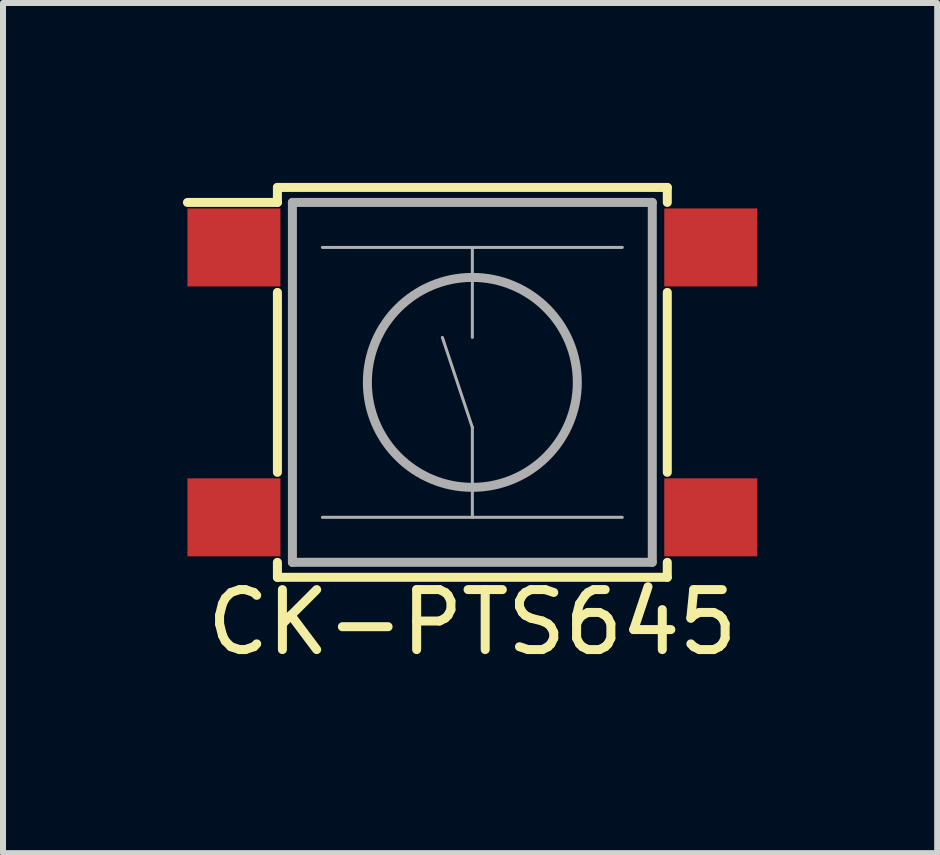
<source format=kicad_pcb>
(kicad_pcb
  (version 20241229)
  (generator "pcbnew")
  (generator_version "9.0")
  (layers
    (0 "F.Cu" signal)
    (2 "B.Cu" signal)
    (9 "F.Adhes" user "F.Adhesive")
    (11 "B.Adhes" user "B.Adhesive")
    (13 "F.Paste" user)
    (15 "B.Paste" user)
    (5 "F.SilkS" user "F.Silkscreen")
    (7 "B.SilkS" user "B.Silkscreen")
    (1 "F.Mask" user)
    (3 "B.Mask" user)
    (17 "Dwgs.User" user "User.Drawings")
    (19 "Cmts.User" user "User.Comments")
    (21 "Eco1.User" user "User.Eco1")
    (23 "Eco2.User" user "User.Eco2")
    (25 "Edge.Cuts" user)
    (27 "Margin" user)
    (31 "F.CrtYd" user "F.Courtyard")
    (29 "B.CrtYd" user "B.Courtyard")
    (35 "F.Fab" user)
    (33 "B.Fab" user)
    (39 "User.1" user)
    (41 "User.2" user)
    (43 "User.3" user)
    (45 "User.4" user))
  (footprint "CK-PTS645"
    (layer "F.Cu")
    (at 4.825 3.325)
    (property "Reference" "CK-PTS645" (at 0 4 0) (layer "F.SilkS") (effects (font (size 1 1) (thickness 0.15))))
    (attr through_hole)
    (fp_line (start -3.25 -3.25) (end -3.25 -3) (stroke (width 0.15) (type solid)) (layer "F.SilkS"))
    (fp_line (start -3.25 -3) (end -4.75 -3) (stroke (width 0.15) (type solid)) (layer "F.SilkS"))
    (fp_line (start -3.25 -1.5) (end -3.25 1.5) (stroke (width 0.15) (type solid)) (layer "F.SilkS"))
    (fp_line (start -3.25 3) (end -3.25 3.25) (stroke (width 0.15) (type solid)) (layer "F.SilkS"))
    (fp_line (start -3.25 3.25) (end 3.25 3.25) (stroke (width 0.15) (type solid)) (layer "F.SilkS"))
    (fp_line (start 3.25 -3.25) (end -3.25 -3.25) (stroke (width 0.15) (type solid)) (layer "F.SilkS"))
    (fp_line (start 3.25 -3) (end 3.25 -3.25) (stroke (width 0.15) (type solid)) (layer "F.SilkS"))
    (fp_line (start 3.25 -1.5) (end 3.25 1.5) (stroke (width 0.15) (type solid)) (layer "F.SilkS"))
    (fp_line (start 3.25 3.25) (end 3.25 3) (stroke (width 0.15) (type solid)) (layer "F.SilkS"))
    (fp_line (start -3 -3) (end 3 -3) (stroke (width 0.15) (type solid)) (layer "F.Fab"))
    (fp_line (start -3 3) (end -3 -3) (stroke (width 0.15) (type solid)) (layer "F.Fab"))
    (fp_line (start -2.5 -2.25) (end 2.5 -2.25) (stroke (width 0.05) (type solid)) (layer "F.Fab"))
    (fp_line (start -2.5 2.25) (end 2.5 2.25) (stroke (width 0.05) (type solid)) (layer "F.Fab"))
    (fp_line (start 0 -2.25) (end 0 -0.75) (stroke (width 0.05) (type solid)) (layer "F.Fab"))
    (fp_line (start 0 0.75) (end -0.5 -0.75) (stroke (width 0.05) (type solid)) (layer "F.Fab"))
    (fp_line (start 0 2.25) (end 0 0.75) (stroke (width 0.05) (type solid)) (layer "F.Fab"))
    (fp_line (start 3 -3) (end 3 3) (stroke (width 0.15) (type solid)) (layer "F.Fab"))
    (fp_line (start 3 3) (end -3 3) (stroke (width 0.15) (type solid)) (layer "F.Fab"))
    (fp_circle (center 0 0) (end 1.75 0) (stroke (width 0.15) (type solid)) (fill no) (layer "F.Fab"))
    (pad "1" smd rect (at -3.975 -2.25) (size 1.55 1.3) (layers "F.Cu" "F.Mask" "F.Paste"))
    (pad "1" smd rect (at 3.975 -2.25) (size 1.55 1.3) (layers "F.Cu" "F.Mask" "F.Paste"))
    (pad "2" smd rect (at -3.975 2.25) (size 1.55 1.3) (layers "F.Cu" "F.Mask" "F.Paste"))
    (pad "2" smd rect (at 3.975 2.25) (size 1.55 1.3) (layers "F.Cu" "F.Mask" "F.Paste")))
  (gr_rect
    (start -3 -3)
    (end 12.575 11.173)
    (stroke (width 0.1) (type default))
    (fill no)
    (layer "Edge.Cuts")))
</source>
